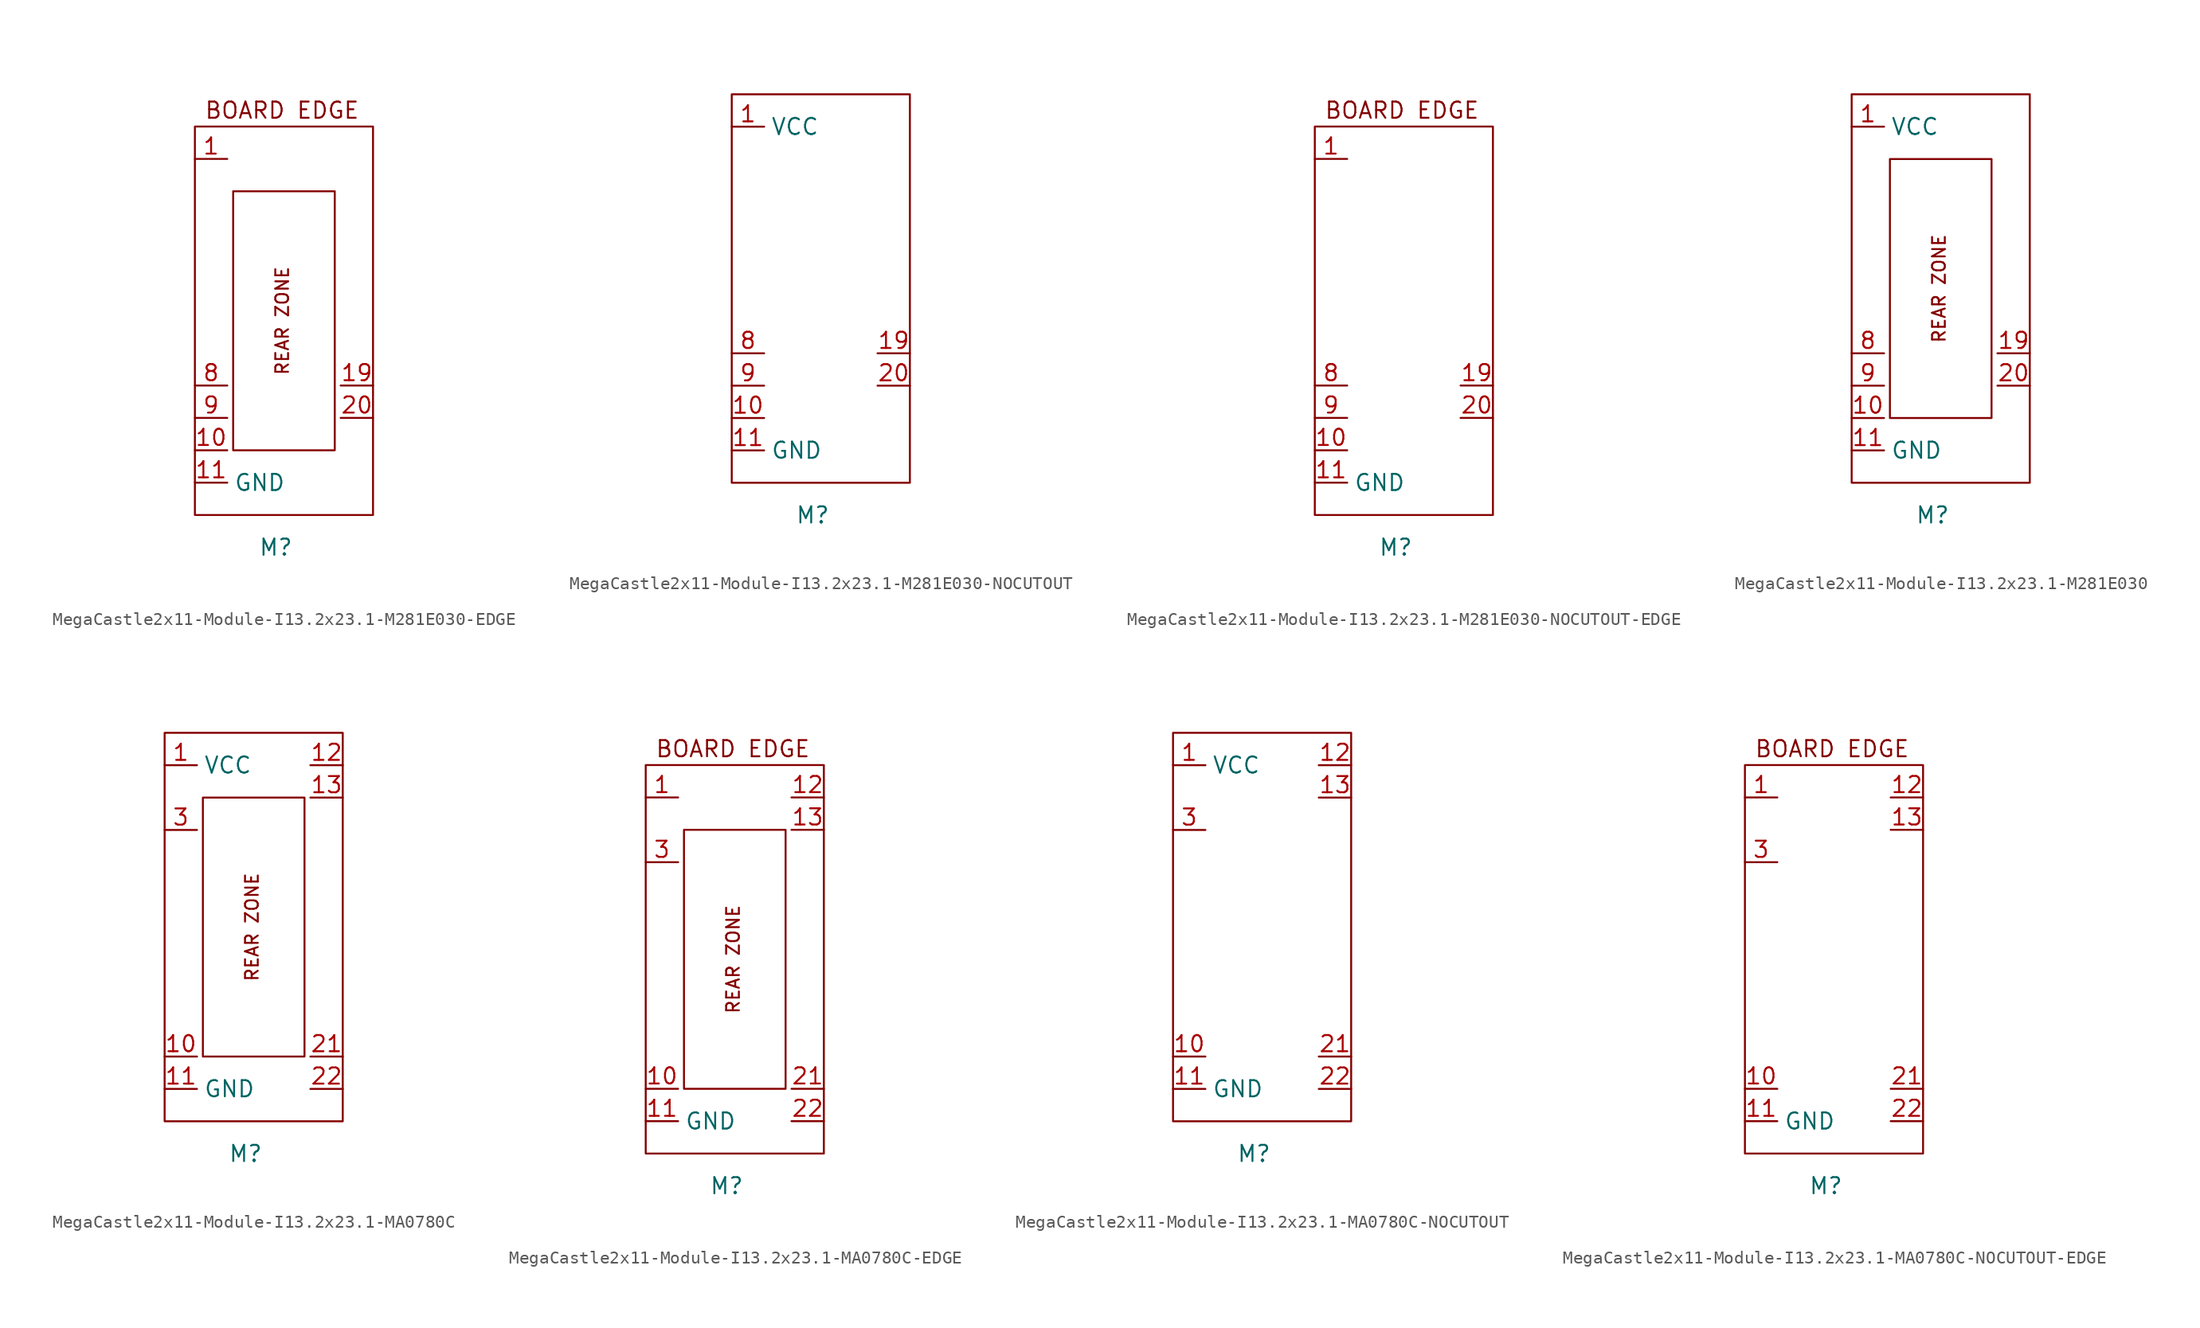
<source format=kicad_sym>
(kicad_symbol_lib
  (version 20241209)
  (generator "kicad_symbol_editor")
  (generator_version "9.0")
  (symbol "MegaCastle2x11-Module-I13.2x23.1-M281E030-EDGE"
    (property "Reference" "M"
      (at 0 -17.78 0)
      (effects (font (size 1.27 1.27))))
    (property "Value" ""
      (at 0 5.08 0)
      (effects (font (size 1.27 1.27))))
    (symbol "MegaCastle2x11-Module-I13.2x23.1-M281E030-EDGE_0_1"
      (rectangle (start -6.35 15.24) (end 7.62 -15.24) (stroke (width 0) (type default)) (fill (type none)))
      (rectangle (start -3.35 10.16) (end 4.62 -10.16) (stroke (width 0) (type default)) (fill (type none))))
    (symbol "MegaCastle2x11-Module-I13.2x23.1-M281E030-EDGE_1_1"
      (text " BOARD EDGE" (at 0 16.51 0) (effects (font (size 1.27 1.27))))
      (text "REAR ZONE" (at 0.5 0 900) (effects (font (size 1 1))))
      (pin bidirectional line (at -6.35 12.7 0) (length 2.54) (name "" (effects (font (size 1.27 1.27)))) (number "1" (effects (font (size 1.27 1.27)))))
      (pin bidirectional line (at -6.35 -5.08 0) (length 2.54) (name "" (effects (font (size 1.27 1.27)))) (number "8" (effects (font (size 1.27 1.27)))))
      (pin bidirectional line (at -6.35 -7.62 0) (length 2.54) (name "" (effects (font (size 1.27 1.27)))) (number "9" (effects (font (size 1.27 1.27)))))
      (pin bidirectional line (at -6.35 -10.16 0) (length 2.54) (name "" (effects (font (size 1.27 1.27)))) (number "10" (effects (font (size 1.27 1.27)))))
      (pin bidirectional line (at -6.35 -12.7 0) (length 2.54) (name "GND" (effects (font (size 1.27 1.27)))) (number "11" (effects (font (size 1.27 1.27)))))
      (pin bidirectional line (at 7.62 -5.08 180) (length 2.54) (name "" (effects (font (size 1.27 1.27)))) (number "19" (effects (font (size 1.27 1.27)))))
      (pin bidirectional line (at 7.62 -7.62 180) (length 2.54) (name "" (effects (font (size 1.27 1.27)))) (number "20" (effects (font (size 1.27 1.27)))))))
  (symbol "MegaCastle2x11-Module-I13.2x23.1-M281E030-NOCUTOUT"
    (property "Reference" "M"
      (at 0 -17.78 0)
      (effects (font (size 1.27 1.27))))
    (property "Value" ""
      (at 0 5.08 0)
      (effects (font (size 1.27 1.27))))
    (symbol "MegaCastle2x11-Module-I13.2x23.1-M281E030-NOCUTOUT_0_1"
      (rectangle (start -6.35 15.24) (end 7.62 -15.24) (stroke (width 0) (type default)) (fill (type none))))
    (symbol "MegaCastle2x11-Module-I13.2x23.1-M281E030-NOCUTOUT_1_1"
      (pin bidirectional line (at -6.35 12.7 0) (length 2.54) (name "VCC" (effects (font (size 1.27 1.27)))) (number "1" (effects (font (size 1.27 1.27)))))
      (pin bidirectional line (at -6.35 -5.08 0) (length 2.54) (name "" (effects (font (size 1.27 1.27)))) (number "8" (effects (font (size 1.27 1.27)))))
      (pin bidirectional line (at -6.35 -7.62 0) (length 2.54) (name "" (effects (font (size 1.27 1.27)))) (number "9" (effects (font (size 1.27 1.27)))))
      (pin bidirectional line (at -6.35 -10.16 0) (length 2.54) (name "" (effects (font (size 1.27 1.27)))) (number "10" (effects (font (size 1.27 1.27)))))
      (pin bidirectional line (at -6.35 -12.7 0) (length 2.54) (name "GND" (effects (font (size 1.27 1.27)))) (number "11" (effects (font (size 1.27 1.27)))))
      (pin bidirectional line (at 7.62 -5.08 180) (length 2.54) (name "" (effects (font (size 1.27 1.27)))) (number "19" (effects (font (size 1.27 1.27)))))
      (pin bidirectional line (at 7.62 -7.62 180) (length 2.54) (name "" (effects (font (size 1.27 1.27)))) (number "20" (effects (font (size 1.27 1.27)))))))
  (symbol "MegaCastle2x11-Module-I13.2x23.1-M281E030-NOCUTOUT-EDGE"
    (property "Reference" "M"
      (at 0 -17.78 0)
      (effects (font (size 1.27 1.27))))
    (property "Value" ""
      (at 0 5.08 0)
      (effects (font (size 1.27 1.27))))
    (symbol "MegaCastle2x11-Module-I13.2x23.1-M281E030-NOCUTOUT-EDGE_0_1"
      (rectangle (start -6.35 15.24) (end 7.62 -15.24) (stroke (width 0) (type default)) (fill (type none))))
    (symbol "MegaCastle2x11-Module-I13.2x23.1-M281E030-NOCUTOUT-EDGE_1_1"
      (text " BOARD EDGE" (at 0 16.51 0) (effects (font (size 1.27 1.27))))
      (pin bidirectional line (at -6.35 12.7 0) (length 2.54) (name "" (effects (font (size 1.27 1.27)))) (number "1" (effects (font (size 1.27 1.27)))))
      (pin bidirectional line (at -6.35 -5.08 0) (length 2.54) (name "" (effects (font (size 1.27 1.27)))) (number "8" (effects (font (size 1.27 1.27)))))
      (pin bidirectional line (at -6.35 -7.62 0) (length 2.54) (name "" (effects (font (size 1.27 1.27)))) (number "9" (effects (font (size 1.27 1.27)))))
      (pin bidirectional line (at -6.35 -10.16 0) (length 2.54) (name "" (effects (font (size 1.27 1.27)))) (number "10" (effects (font (size 1.27 1.27)))))
      (pin bidirectional line (at -6.35 -12.7 0) (length 2.54) (name "GND" (effects (font (size 1.27 1.27)))) (number "11" (effects (font (size 1.27 1.27)))))
      (pin bidirectional line (at 7.62 -5.08 180) (length 2.54) (name "" (effects (font (size 1.27 1.27)))) (number "19" (effects (font (size 1.27 1.27)))))
      (pin bidirectional line (at 7.62 -7.62 180) (length 2.54) (name "" (effects (font (size 1.27 1.27)))) (number "20" (effects (font (size 1.27 1.27)))))))
  (symbol "MegaCastle2x11-Module-I13.2x23.1-M281E030"
    (property "Reference" "M"
      (at 0 -17.78 0)
      (effects (font (size 1.27 1.27))))
    (property "Value" ""
      (at 0 5.08 0)
      (effects (font (size 1.27 1.27))))
    (symbol "MegaCastle2x11-Module-I13.2x23.1-M281E030_0_1"
      (rectangle (start -6.35 15.24) (end 7.62 -15.24) (stroke (width 0) (type default)) (fill (type none)))
      (rectangle (start -3.35 10.16) (end 4.62 -10.16) (stroke (width 0) (type default)) (fill (type none))))
    (symbol "MegaCastle2x11-Module-I13.2x23.1-M281E030_1_1"
      (text "REAR ZONE" (at 0.5 0 900) (effects (font (size 1 1))))
      (pin bidirectional line (at -6.35 12.7 0) (length 2.54) (name "VCC" (effects (font (size 1.27 1.27)))) (number "1" (effects (font (size 1.27 1.27)))))
      (pin bidirectional line (at -6.35 -5.08 0) (length 2.54) (name "" (effects (font (size 1.27 1.27)))) (number "8" (effects (font (size 1.27 1.27)))))
      (pin bidirectional line (at -6.35 -7.62 0) (length 2.54) (name "" (effects (font (size 1.27 1.27)))) (number "9" (effects (font (size 1.27 1.27)))))
      (pin bidirectional line (at -6.35 -10.16 0) (length 2.54) (name "" (effects (font (size 1.27 1.27)))) (number "10" (effects (font (size 1.27 1.27)))))
      (pin bidirectional line (at -6.35 -12.7 0) (length 2.54) (name "GND" (effects (font (size 1.27 1.27)))) (number "11" (effects (font (size 1.27 1.27)))))
      (pin bidirectional line (at 7.62 -5.08 180) (length 2.54) (name "" (effects (font (size 1.27 1.27)))) (number "19" (effects (font (size 1.27 1.27)))))
      (pin bidirectional line (at 7.62 -7.62 180) (length 2.54) (name "" (effects (font (size 1.27 1.27)))) (number "20" (effects (font (size 1.27 1.27)))))))
  (symbol "MegaCastle2x11-Module-I13.2x23.1-MA0780C"
    (property "Reference" "M"
      (at 0 -17.78 0)
      (effects (font (size 1.27 1.27))))
    (property "Value" ""
      (at 0 5.08 0)
      (effects (font (size 1.27 1.27))))
    (symbol "MegaCastle2x11-Module-I13.2x23.1-MA0780C_0_1"
      (rectangle (start -6.35 15.24) (end 7.62 -15.24) (stroke (width 0) (type default)) (fill (type none)))
      (rectangle (start -3.35 10.16) (end 4.62 -10.16) (stroke (width 0) (type default)) (fill (type none))))
    (symbol "MegaCastle2x11-Module-I13.2x23.1-MA0780C_1_1"
      (text "REAR ZONE" (at 0.5 0 900) (effects (font (size 1 1))))
      (pin bidirectional line (at -6.35 12.7 0) (length 2.54) (name "VCC" (effects (font (size 1.27 1.27)))) (number "1" (effects (font (size 1.27 1.27)))))
      (pin bidirectional line (at -6.35 7.62 0) (length 2.54) (name "" (effects (font (size 1.27 1.27)))) (number "3" (effects (font (size 1.27 1.27)))))
      (pin bidirectional line (at -6.35 -10.16 0) (length 2.54) (name "" (effects (font (size 1.27 1.27)))) (number "10" (effects (font (size 1.27 1.27)))))
      (pin bidirectional line (at -6.35 -12.7 0) (length 2.54) (name "GND" (effects (font (size 1.27 1.27)))) (number "11" (effects (font (size 1.27 1.27)))))
      (pin bidirectional line (at 7.62 12.7 180) (length 2.54) (name "" (effects (font (size 1.27 1.27)))) (number "12" (effects (font (size 1.27 1.27)))))
      (pin bidirectional line (at 7.62 10.16 180) (length 2.54) (name "" (effects (font (size 1.27 1.27)))) (number "13" (effects (font (size 1.27 1.27)))))
      (pin bidirectional line (at 7.62 -10.16 180) (length 2.54) (name "" (effects (font (size 1.27 1.27)))) (number "21" (effects (font (size 1.27 1.27)))))
      (pin bidirectional line (at 7.62 -12.7 180) (length 2.54) (name "" (effects (font (size 1.27 1.27)))) (number "22" (effects (font (size 1.27 1.27)))))))
  (symbol "MegaCastle2x11-Module-I13.2x23.1-MA0780C-EDGE"
    (property "Reference" "M"
      (at 0 -17.78 0)
      (effects (font (size 1.27 1.27))))
    (property "Value" ""
      (at 0 5.08 0)
      (effects (font (size 1.27 1.27))))
    (symbol "MegaCastle2x11-Module-I13.2x23.1-MA0780C-EDGE_0_1"
      (rectangle (start -6.35 15.24) (end 7.62 -15.24) (stroke (width 0) (type default)) (fill (type none)))
      (rectangle (start -3.35 10.16) (end 4.62 -10.16) (stroke (width 0) (type default)) (fill (type none))))
    (symbol "MegaCastle2x11-Module-I13.2x23.1-MA0780C-EDGE_1_1"
      (text " BOARD EDGE" (at 0 16.51 0) (effects (font (size 1.27 1.27))))
      (text "REAR ZONE" (at 0.5 0 900) (effects (font (size 1 1))))
      (pin bidirectional line (at -6.35 12.7 0) (length 2.54) (name "" (effects (font (size 1.27 1.27)))) (number "1" (effects (font (size 1.27 1.27)))))
      (pin bidirectional line (at -6.35 7.62 0) (length 2.54) (name "" (effects (font (size 1.27 1.27)))) (number "3" (effects (font (size 1.27 1.27)))))
      (pin bidirectional line (at -6.35 -10.16 0) (length 2.54) (name "" (effects (font (size 1.27 1.27)))) (number "10" (effects (font (size 1.27 1.27)))))
      (pin bidirectional line (at -6.35 -12.7 0) (length 2.54) (name "GND" (effects (font (size 1.27 1.27)))) (number "11" (effects (font (size 1.27 1.27)))))
      (pin bidirectional line (at 7.62 12.7 180) (length 2.54) (name "" (effects (font (size 1.27 1.27)))) (number "12" (effects (font (size 1.27 1.27)))))
      (pin bidirectional line (at 7.62 10.16 180) (length 2.54) (name "" (effects (font (size 1.27 1.27)))) (number "13" (effects (font (size 1.27 1.27)))))
      (pin bidirectional line (at 7.62 -10.16 180) (length 2.54) (name "" (effects (font (size 1.27 1.27)))) (number "21" (effects (font (size 1.27 1.27)))))
      (pin bidirectional line (at 7.62 -12.7 180) (length 2.54) (name "" (effects (font (size 1.27 1.27)))) (number "22" (effects (font (size 1.27 1.27)))))))
  (symbol "MegaCastle2x11-Module-I13.2x23.1-MA0780C-NOCUTOUT"
    (property "Reference" "M"
      (at 0 -17.78 0)
      (effects (font (size 1.27 1.27))))
    (property "Value" ""
      (at 0 5.08 0)
      (effects (font (size 1.27 1.27))))
    (symbol "MegaCastle2x11-Module-I13.2x23.1-MA0780C-NOCUTOUT_0_1"
      (rectangle (start -6.35 15.24) (end 7.62 -15.24) (stroke (width 0) (type default)) (fill (type none))))
    (symbol "MegaCastle2x11-Module-I13.2x23.1-MA0780C-NOCUTOUT_1_1"
      (pin bidirectional line (at -6.35 12.7 0) (length 2.54) (name "VCC" (effects (font (size 1.27 1.27)))) (number "1" (effects (font (size 1.27 1.27)))))
      (pin bidirectional line (at -6.35 7.62 0) (length 2.54) (name "" (effects (font (size 1.27 1.27)))) (number "3" (effects (font (size 1.27 1.27)))))
      (pin bidirectional line (at -6.35 -10.16 0) (length 2.54) (name "" (effects (font (size 1.27 1.27)))) (number "10" (effects (font (size 1.27 1.27)))))
      (pin bidirectional line (at -6.35 -12.7 0) (length 2.54) (name "GND" (effects (font (size 1.27 1.27)))) (number "11" (effects (font (size 1.27 1.27)))))
      (pin bidirectional line (at 7.62 12.7 180) (length 2.54) (name "" (effects (font (size 1.27 1.27)))) (number "12" (effects (font (size 1.27 1.27)))))
      (pin bidirectional line (at 7.62 10.16 180) (length 2.54) (name "" (effects (font (size 1.27 1.27)))) (number "13" (effects (font (size 1.27 1.27)))))
      (pin bidirectional line (at 7.62 -10.16 180) (length 2.54) (name "" (effects (font (size 1.27 1.27)))) (number "21" (effects (font (size 1.27 1.27)))))
      (pin bidirectional line (at 7.62 -12.7 180) (length 2.54) (name "" (effects (font (size 1.27 1.27)))) (number "22" (effects (font (size 1.27 1.27)))))))
  (symbol "MegaCastle2x11-Module-I13.2x23.1-MA0780C-NOCUTOUT-EDGE"
    (property "Reference" "M"
      (at 0 -17.78 0)
      (effects (font (size 1.27 1.27))))
    (property "Value" ""
      (at 0 5.08 0)
      (effects (font (size 1.27 1.27))))
    (symbol "MegaCastle2x11-Module-I13.2x23.1-MA0780C-NOCUTOUT-EDGE_0_1"
      (rectangle (start -6.35 15.24) (end 7.62 -15.24) (stroke (width 0) (type default)) (fill (type none))))
    (symbol "MegaCastle2x11-Module-I13.2x23.1-MA0780C-NOCUTOUT-EDGE_1_1"
      (text " BOARD EDGE" (at 0 16.51 0) (effects (font (size 1.27 1.27))))
      (pin bidirectional line (at -6.35 12.7 0) (length 2.54) (name "" (effects (font (size 1.27 1.27)))) (number "1" (effects (font (size 1.27 1.27)))))
      (pin bidirectional line (at -6.35 7.62 0) (length 2.54) (name "" (effects (font (size 1.27 1.27)))) (number "3" (effects (font (size 1.27 1.27)))))
      (pin bidirectional line (at -6.35 -10.16 0) (length 2.54) (name "" (effects (font (size 1.27 1.27)))) (number "10" (effects (font (size 1.27 1.27)))))
      (pin bidirectional line (at -6.35 -12.7 0) (length 2.54) (name "GND" (effects (font (size 1.27 1.27)))) (number "11" (effects (font (size 1.27 1.27)))))
      (pin bidirectional line (at 7.62 12.7 180) (length 2.54) (name "" (effects (font (size 1.27 1.27)))) (number "12" (effects (font (size 1.27 1.27)))))
      (pin bidirectional line (at 7.62 10.16 180) (length 2.54) (name "" (effects (font (size 1.27 1.27)))) (number "13" (effects (font (size 1.27 1.27)))))
      (pin bidirectional line (at 7.62 -10.16 180) (length 2.54) (name "" (effects (font (size 1.27 1.27)))) (number "21" (effects (font (size 1.27 1.27)))))
      (pin bidirectional line (at 7.62 -12.7 180) (length 2.54) (name "" (effects (font (size 1.27 1.27)))) (number "22" (effects (font (size 1.27 1.27))))))))
</source>
